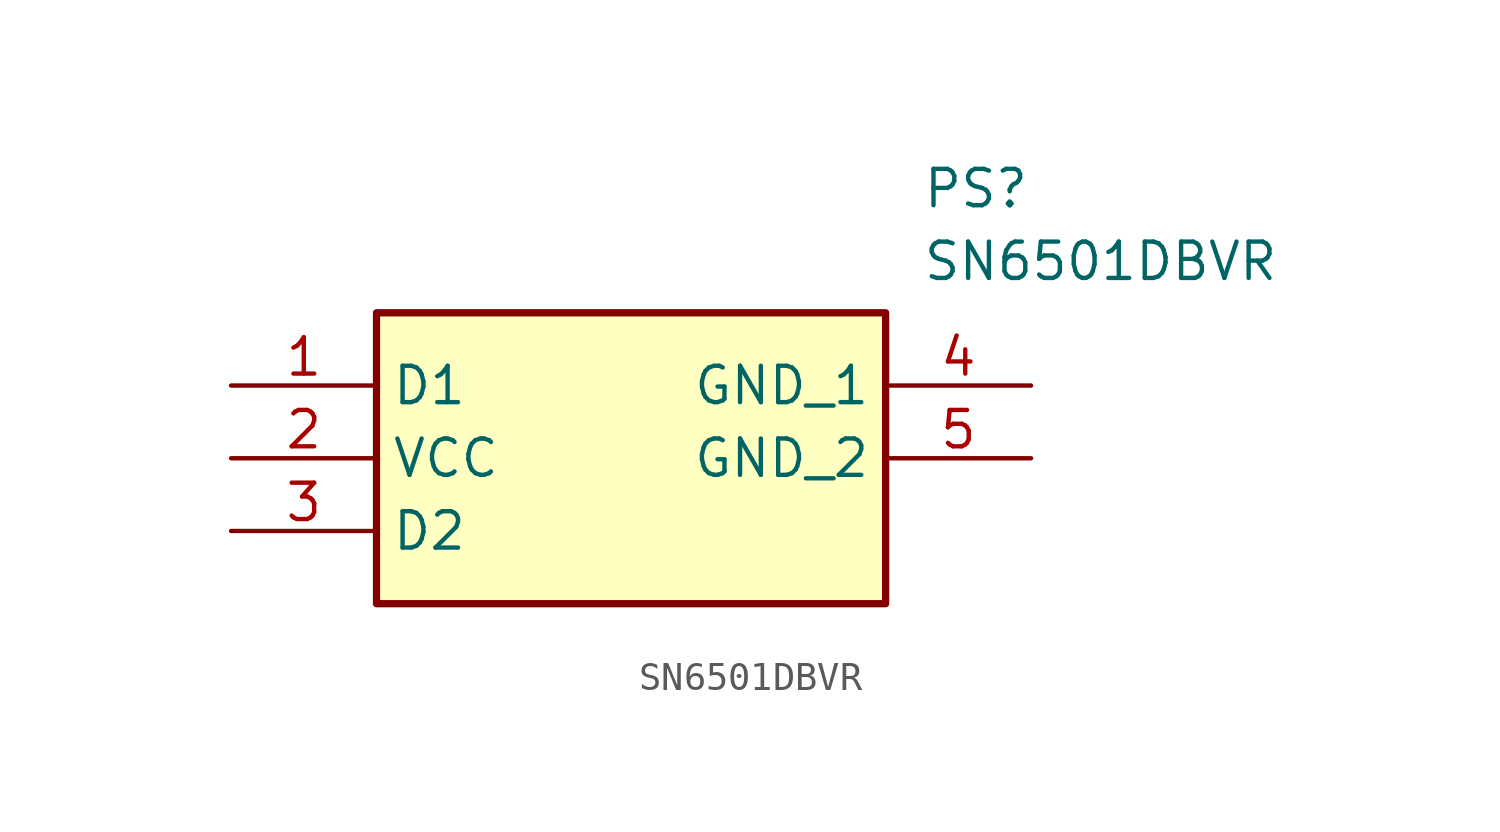
<source format=kicad_sym>
(kicad_symbol_lib
  (version 20211014)
  (generator SamacSys_ECAD_Model)
  (symbol "SN6501DBVR"
    (property "Reference" "PS"
      (at 24.13 7.62 0)
      (effects (font (size 1.27 1.27)) (justify left top)))
    (property "Value" "SN6501DBVR"
      (at 24.13 5.08 0)
      (effects (font (size 1.27 1.27)) (justify left top)))
    (rectangle
      (start 5.08 2.54)
      (end 22.86 -7.62)
      (stroke (width 0.254) (type default))
      (fill (type background)))
    (pin bidirectional line
      (at 0 0 0)
      (length 5.08)
      (name "D1" (effects (font (size 1.27 1.27))))
      (number "1" (effects (font (size 1.27 1.27)))))
    (pin power_in line
      (at 0 -2.54 0)
      (length 5.08)
      (name "VCC" (effects (font (size 1.27 1.27))))
      (number "2" (effects (font (size 1.27 1.27)))))
    (pin bidirectional line
      (at 0 -5.08 0)
      (length 5.08)
      (name "D2" (effects (font (size 1.27 1.27))))
      (number "3" (effects (font (size 1.27 1.27)))))
    (pin power_in line
      (at 27.94 0 180)
      (length 5.08)
      (name "GND_1" (effects (font (size 1.27 1.27))))
      (number "4" (effects (font (size 1.27 1.27)))))
    (pin power_in line
      (at 27.94 -2.54 180)
      (length 5.08)
      (name "GND_2" (effects (font (size 1.27 1.27))))
      (number "5" (effects (font (size 1.27 1.27)))))))
</source>
